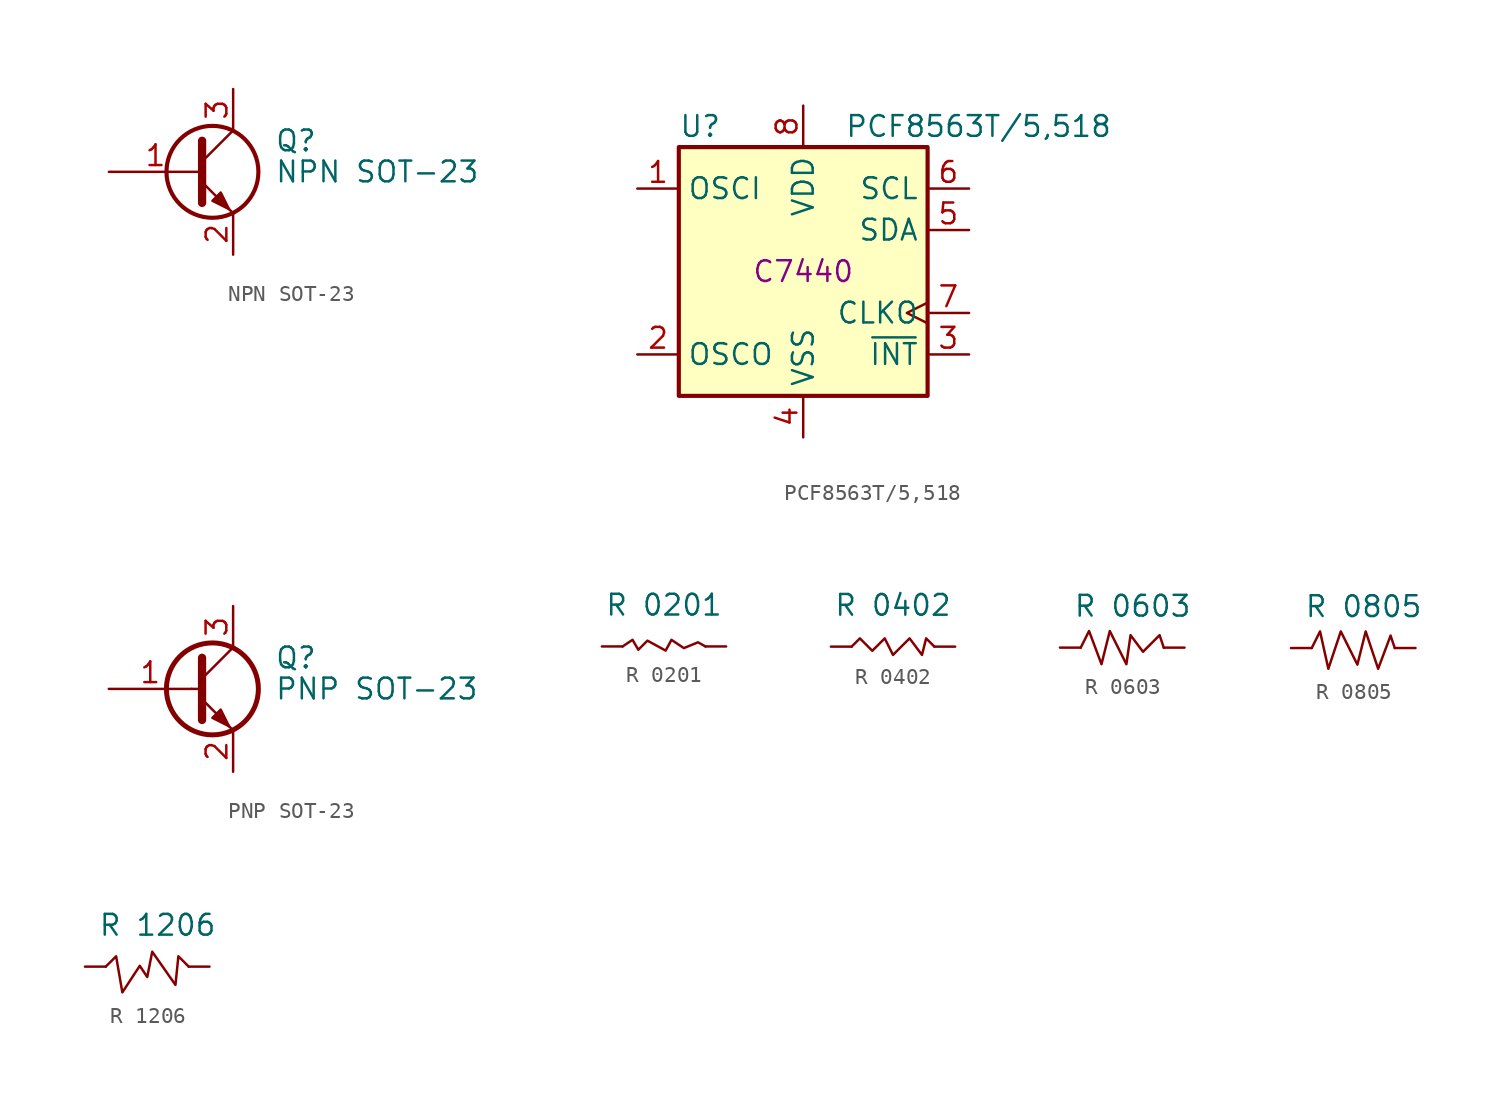
<source format=kicad_sym>
(kicad_symbol_lib
  (version 20220914)
  (generator kicad_symbol_editor)
  (symbol "NPN SOT-23"
    (pin_names
      (offset 0) hide)
    (property "Reference" "Q"
      (at 5.08 1.905 0)
      (effects (font (size 1.27 1.27)) (justify left)))
    (property "Value" "NPN SOT-23"
      (at 5.08 0 0)
      (effects (font (size 1.27 1.27)) (justify left)))
    (symbol "NPN SOT-23_0_1"
      (polyline (pts (xy 0.635 0.635) (xy 2.54 2.54)) (stroke (width 0) (type default)) (fill (type none)))
      (polyline (pts (xy 0.635 -0.635) (xy 2.54 -2.54) (xy 2.54 -2.54)) (stroke (width 0) (type default)) (fill (type none)))
      (polyline (pts (xy 0.635 1.905) (xy 0.635 -1.905) (xy 0.635 -1.905)) (stroke (width 0.508) (type default)) (fill (type none)))
      (polyline (pts (xy 1.27 -1.778) (xy 1.778 -1.27) (xy 2.286 -2.286) (xy 1.27 -1.778) (xy 1.27 -1.778)) (stroke (width 0) (type default)) (fill (type outline)))
      (circle (center 1.27 0) (radius 2.819) (stroke (width 0.254) (type default)) (fill (type none))))
    (symbol "NPN SOT-23_1_1"
      (pin input line (at -5.08 0 0) (length 5.715) (name "B" (effects (font (size 1.27 1.27)))) (number "1" (effects (font (size 1.27 1.27)))))
      (pin passive line (at 2.54 -5.08 90) (length 2.54) (name "E" (effects (font (size 1.27 1.27)))) (number "2" (effects (font (size 1.27 1.27)))))
      (pin passive line (at 2.54 5.08 270) (length 2.54) (name "C" (effects (font (size 1.27 1.27)))) (number "3" (effects (font (size 1.27 1.27)))))))
  (symbol "PCF8563T/5,518"
    (property "Reference" "U"
      (at -7.62 8.89 0)
      (effects (font (size 1.27 1.27)) (justify left)))
    (property "Value" "PCF8563T/5,518"
      (at 2.54 8.89 0)
      (effects (font (size 1.27 1.27)) (justify left)))
    (property "LCSC" "C7440"
      (at 0 0 0)
      (effects (font (size 1.27 1.27))))
    (symbol "PCF8563T/5,518_0_1"
      (rectangle (start -7.62 7.62) (end 7.62 -7.62) (stroke (width 0.254) (type default)) (fill (type background))))
    (symbol "PCF8563T/5,518_1_1"
      (pin input line (at -10.16 5.08 0) (length 2.54) (name "OSCI" (effects (font (size 1.27 1.27)))) (number "1" (effects (font (size 1.27 1.27)))))
      (pin output line (at -10.16 -5.08 0) (length 2.54) (name "OSCO" (effects (font (size 1.27 1.27)))) (number "2" (effects (font (size 1.27 1.27)))))
      (pin output line (at 10.16 -5.08 180) (length 2.54) (name "~{INT}" (effects (font (size 1.27 1.27)))) (number "3" (effects (font (size 1.27 1.27)))))
      (pin power_in line (at 0 -10.16 90) (length 2.54) (name "VSS" (effects (font (size 1.27 1.27)))) (number "4" (effects (font (size 1.27 1.27)))))
      (pin bidirectional line (at 10.16 2.54 180) (length 2.54) (name "SDA" (effects (font (size 1.27 1.27)))) (number "5" (effects (font (size 1.27 1.27)))))
      (pin input line (at 10.16 5.08 180) (length 2.54) (name "SCL" (effects (font (size 1.27 1.27)))) (number "6" (effects (font (size 1.27 1.27)))))
      (pin output clock (at 10.16 -2.54 180) (length 2.54) (name "CLKO" (effects (font (size 1.27 1.27)))) (number "7" (effects (font (size 1.27 1.27)))))
      (pin power_in line (at 0 10.16 270) (length 2.54) (name "VDD" (effects (font (size 1.27 1.27)))) (number "8" (effects (font (size 1.27 1.27)))))))
  (symbol "PNP SOT-23"
    (pin_names
      (offset 0) hide)
    (property "Reference" "Q"
      (at 5.08 1.905 0)
      (effects (font (size 1.27 1.27)) (justify left)))
    (property "Value" "PNP SOT-23"
      (at 5.08 0 0)
      (effects (font (size 1.27 1.27)) (justify left)))
    (symbol "PNP SOT-23_0_1"
      (polyline (pts (xy 0 0) (xy 0.635 0)) (stroke (width 0) (type default)) (fill (type none)))
      (polyline (pts (xy 2.54 2.54) (xy 0.635 0.635)) (stroke (width 0) (type default)) (fill (type none)))
      (polyline (pts (xy 0.635 1.905) (xy 0.635 -1.905) (xy 0.635 -1.905)) (stroke (width 0.508) (type default)) (fill (type none)))
      (polyline (pts (xy 2.286 -2.286) (xy 1.778 -1.778) (xy 1.778 -1.778)) (stroke (width 0) (type default)) (fill (type none)))
      (polyline (pts (xy 2.54 -2.54) (xy 0.635 -0.635) (xy 1.27 -1.27)) (stroke (width 0) (type default)) (fill (type outline)))
      (polyline (pts (xy 1.27 -1.778) (xy 1.778 -1.27) (xy 2.286 -2.286) (xy 1.27 -1.778) (xy 1.27 -1.778)) (stroke (width 0) (type default)) (fill (type outline)))
      (circle (center 1.27 0) (radius 2.819) (stroke (width 0.305) (type default)) (fill (type none))))
    (symbol "PNP SOT-23_1_1"
      (pin input line (at -5.08 0 0) (length 5.08) (name "B" (effects (font (size 1.27 1.27)))) (number "1" (effects (font (size 1.27 1.27)))))
      (pin passive line (at 2.54 -5.08 90) (length 2.54) (name "E" (effects (font (size 1.27 1.27)))) (number "2" (effects (font (size 1.27 1.27)))))
      (pin passive line (at 2.54 5.08 270) (length 2.54) (name "C" (effects (font (size 1.27 1.27)))) (number "3" (effects (font (size 1.27 1.27)))))))
  (symbol "R 0201"
    (pin_numbers hide)
    (pin_names
      (offset 0))
    (property "Reference" "R"
      (at 0 5.08 0)
      (effects (font (size 1.27 1.27)) hide))
    (property "Value" "R 0201"
      (at 0 2.54 0)
      (effects (font (size 1.27 1.27))))
    (symbol "R 0201_0_1"
      (polyline (pts (xy -2.54 0) (xy -1.93 0.406) (xy -1.575 -0.203) (xy -1.016 0.356) (xy 0.102 -0.254) (xy 0.457 0.406) (xy 1.219 -0.102) (xy 2.083 0.254) (xy 2.54 0)) (stroke (width 0) (type default)) (fill (type none))))
    (symbol "R 0201_1_1"
      (pin passive line (at -3.81 0 0) (length 1.27) (name "~" (effects (font (size 1.27 1.27)))) (number "1" (effects (font (size 1.27 1.27)))))
      (pin passive line (at 3.81 0 180) (length 1.27) (name "~" (effects (font (size 1.27 1.27)))) (number "2" (effects (font (size 1.27 1.27)))))))
  (symbol "R 0402"
    (pin_numbers hide)
    (pin_names
      (offset 0))
    (property "Reference" "R"
      (at 0 5.08 0)
      (effects (font (size 1.27 1.27)) hide))
    (property "Value" "R 0402"
      (at 0 2.54 0)
      (effects (font (size 1.27 1.27))))
    (symbol "R 0402_0_1"
      (polyline (pts (xy 2.54 0) (xy 2.032 0.508) (xy 1.778 -0.508) (xy 1.016 0.508) (xy 0 -0.508) (xy -0.508 0.508) (xy -1.27 -0.254) (xy -2.032 0.508) (xy -2.54 0)) (stroke (width 0) (type default)) (fill (type none))))
    (symbol "R 0402_1_1"
      (pin passive line (at -3.81 0 0) (length 1.27) (name "~" (effects (font (size 1.27 1.27)))) (number "1" (effects (font (size 1.27 1.27)))))
      (pin passive line (at 3.81 0 180) (length 1.27) (name "~" (effects (font (size 1.27 1.27)))) (number "2" (effects (font (size 1.27 1.27)))))))
  (symbol "R 0603"
    (pin_numbers hide)
    (pin_names
      (offset 0))
    (property "Reference" "R"
      (at -0.254 5.08 0)
      (effects (font (size 1.27 1.27)) hide))
    (property "Value" "R 0603"
      (at 0.381 2.54 0)
      (effects (font (size 1.27 1.27))))
    (symbol "R 0603_0_1"
      (polyline (pts (xy -2.794 0) (xy -2.286 1.016) (xy -1.524 -1.016) (xy -1.016 1.016) (xy 0 -1.016) (xy 0.254 0.762) (xy 1.016 -0.254) (xy 2.032 0.762) (xy 2.286 0)) (stroke (width 0) (type default)) (fill (type none))))
    (symbol "R 0603_1_1"
      (pin passive line (at -4.064 0 0) (length 1.27) (name "~" (effects (font (size 1.27 1.27)))) (number "1" (effects (font (size 1.27 1.27)))))
      (pin passive line (at 3.556 0 180) (length 1.27) (name "~" (effects (font (size 1.27 1.27)))) (number "2" (effects (font (size 1.27 1.27)))))))
  (symbol "R 0805"
    (pin_numbers hide)
    (pin_names
      (offset 0))
    (property "Reference" "R"
      (at -0.254 5.08 0)
      (effects (font (size 1.27 1.27)) hide))
    (property "Value" "R 0805"
      (at 0.381 2.54 0)
      (effects (font (size 1.27 1.27))))
    (symbol "R 0805_0_1"
      (polyline (pts (xy -2.794 0) (xy -2.286 1.016) (xy -1.778 -1.27) (xy -1.016 1.016) (xy 0 -1.016) (xy 0.508 1.016) (xy 1.27 -1.27) (xy 2.032 0.762) (xy 2.286 0)) (stroke (width 0) (type default)) (fill (type none))))
    (symbol "R 0805_1_1"
      (pin passive line (at -4.064 0 0) (length 1.27) (name "~" (effects (font (size 1.27 1.27)))) (number "1" (effects (font (size 1.27 1.27)))))
      (pin passive line (at 3.556 0 180) (length 1.27) (name "~" (effects (font (size 1.27 1.27)))) (number "2" (effects (font (size 1.27 1.27)))))))
  (symbol "R 1206"
    (pin_numbers hide)
    (pin_names
      (offset 0))
    (property "Reference" "R"
      (at -0.254 5.08 0)
      (effects (font (size 1.27 1.27)) hide))
    (property "Value" "R 1206"
      (at 0.381 2.54 0)
      (effects (font (size 1.27 1.27))))
    (symbol "R 1206_0_1"
      (polyline (pts (xy -2.794 0) (xy -2.159 0.635) (xy -1.778 -1.575) (xy -0.711 0.051) (xy -0.254 -0.635) (xy 0.051 0.914) (xy 1.473 -1.118) (xy 1.651 0.635) (xy 2.286 0)) (stroke (width 0) (type default)) (fill (type none))))
    (symbol "R 1206_1_1"
      (pin passive line (at -4.064 0 0) (length 1.27) (name "~" (effects (font (size 1.27 1.27)))) (number "1" (effects (font (size 1.27 1.27)))))
      (pin passive line (at 3.556 0 180) (length 1.27) (name "~" (effects (font (size 1.27 1.27)))) (number "2" (effects (font (size 1.27 1.27))))))))
</source>
